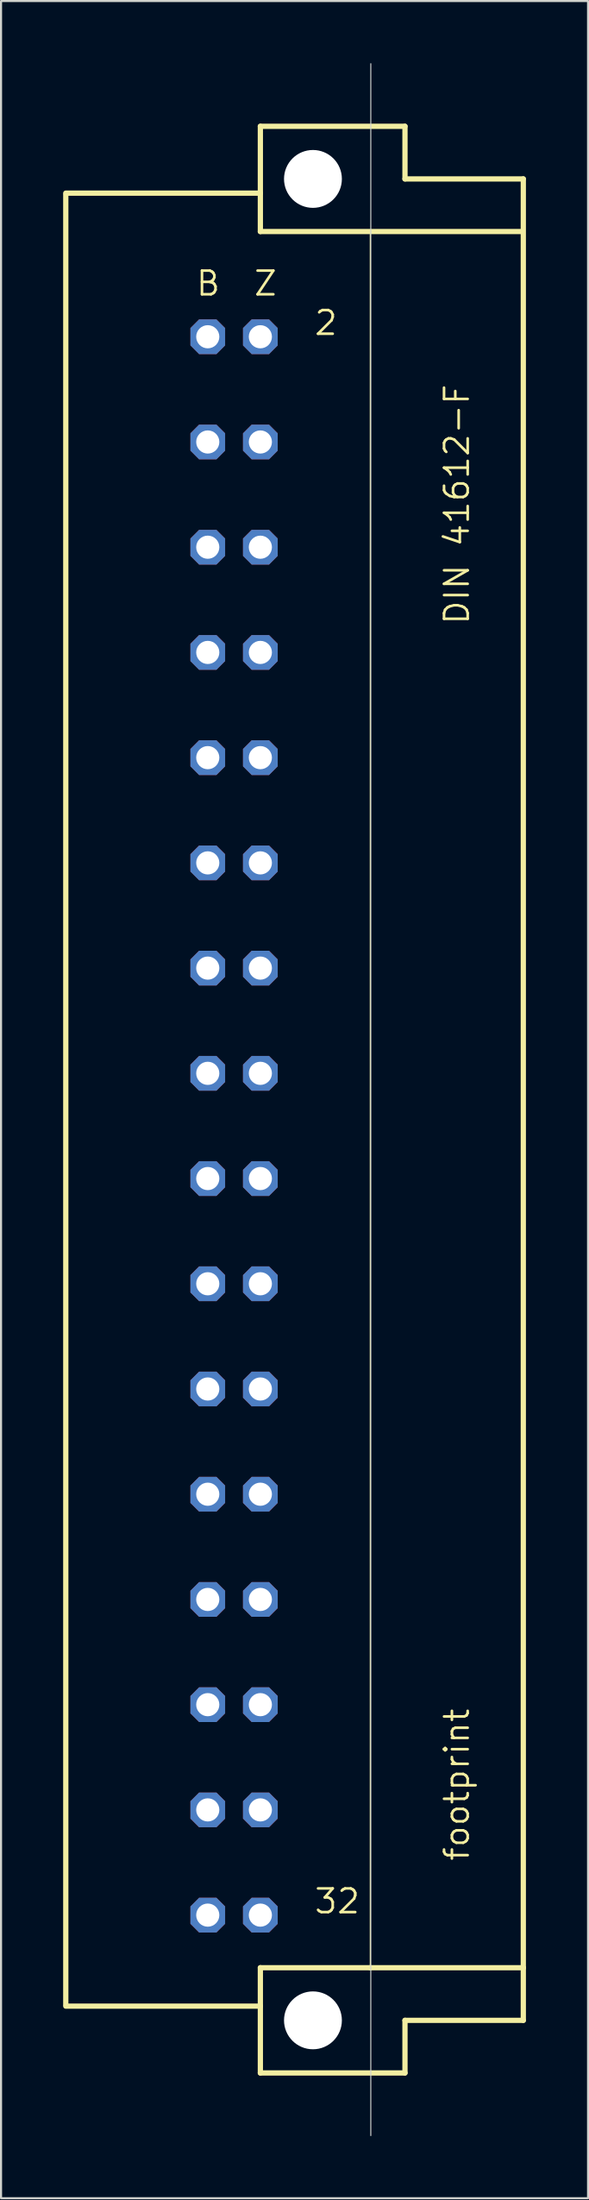
<source format=kicad_pcb>
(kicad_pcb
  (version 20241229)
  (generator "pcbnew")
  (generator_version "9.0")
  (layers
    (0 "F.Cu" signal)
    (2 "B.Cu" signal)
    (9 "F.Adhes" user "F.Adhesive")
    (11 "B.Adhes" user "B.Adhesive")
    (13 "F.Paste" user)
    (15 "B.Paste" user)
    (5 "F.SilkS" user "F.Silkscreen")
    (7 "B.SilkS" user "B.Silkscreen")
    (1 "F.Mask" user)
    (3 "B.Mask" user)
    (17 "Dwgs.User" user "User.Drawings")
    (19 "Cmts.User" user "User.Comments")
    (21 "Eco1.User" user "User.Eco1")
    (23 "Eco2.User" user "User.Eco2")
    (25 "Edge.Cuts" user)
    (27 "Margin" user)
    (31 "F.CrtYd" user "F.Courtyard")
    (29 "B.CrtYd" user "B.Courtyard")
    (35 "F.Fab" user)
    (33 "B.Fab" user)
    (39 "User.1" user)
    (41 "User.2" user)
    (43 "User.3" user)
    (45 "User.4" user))
  (footprint "footprint"
    (layer "F.Cu")
    (at 12.065 50.038)
    (property "Reference" "footprint" (at 7.62 36.83 90) (layer "F.SilkS") (effects (font (size 1.143 1.143) (thickness 0.127)) (justify left bottom)))
    (fp_line (start -11.938 -43.764) (end -2.54 -43.764) (stroke (width 0.254) (type solid)) (layer "F.SilkS"))
    (fp_line (start -11.938 43.688) (end -11.938 -43.688) (stroke (width 0.254) (type solid)) (layer "F.SilkS"))
    (fp_line (start -11.938 43.764) (end -2.54 43.764) (stroke (width 0.254) (type solid)) (layer "F.SilkS"))
    (fp_line (start -2.54 -46.99) (end -2.54 -43.764) (stroke (width 0.254) (type solid)) (layer "F.SilkS"))
    (fp_line (start -2.54 -43.764) (end -2.54 -41.91) (stroke (width 0.254) (type solid)) (layer "F.SilkS"))
    (fp_line (start -2.54 -41.91) (end 10.109 -41.91) (stroke (width 0.254) (type solid)) (layer "F.SilkS"))
    (fp_line (start -2.54 41.91) (end -2.54 43.764) (stroke (width 0.254) (type solid)) (layer "F.SilkS"))
    (fp_line (start -2.54 41.91) (end 2.769 41.91) (stroke (width 0.254) (type solid)) (layer "F.SilkS"))
    (fp_line (start -2.54 43.764) (end -2.54 46.99) (stroke (width 0.254) (type solid)) (layer "F.SilkS"))
    (fp_line (start -2.54 46.99) (end 4.445 46.99) (stroke (width 0.254) (type solid)) (layer "F.SilkS"))
    (fp_line (start 2.769 -41.783) (end 2.769 41.91) (stroke (width 0.051) (type solid)) (layer "F.SilkS"))
    (fp_line (start 2.769 41.91) (end 10.16 41.91) (stroke (width 0.254) (type solid)) (layer "F.SilkS"))
    (fp_line (start 4.445 -46.99) (end -2.54 -46.99) (stroke (width 0.254) (type solid)) (layer "F.SilkS"))
    (fp_line (start 4.445 -44.45) (end 4.445 -46.99) (stroke (width 0.254) (type solid)) (layer "F.SilkS"))
    (fp_line (start 4.445 44.45) (end 10.16 44.45) (stroke (width 0.254) (type solid)) (layer "F.SilkS"))
    (fp_line (start 4.445 46.99) (end 4.445 44.45) (stroke (width 0.254) (type solid)) (layer "F.SilkS"))
    (fp_line (start 10.16 -44.45) (end 4.445 -44.45) (stroke (width 0.254) (type solid)) (layer "F.SilkS"))
    (fp_line (start 10.16 41.91) (end 10.16 -44.45) (stroke (width 0.254) (type solid)) (layer "F.SilkS"))
    (fp_line (start 10.16 44.45) (end 10.16 41.91) (stroke (width 0.254) (type solid)) (layer "F.SilkS"))
    (fp_line (start 2.794 50.013) (end 2.794 -50.013) (stroke (width 0.05) (type solid)) (layer "Edge.Cuts"))
    (fp_text user "32" (at 0 39.37 0) (layer "F.SilkS") (effects (font (size 1.143 1.143) (thickness 0.127)) (justify left bottom)))
    (fp_text user "B" (at -5.715 -38.735 0) (layer "F.SilkS") (effects (font (size 1.143 1.143) (thickness 0.127)) (justify left bottom)))
    (fp_text user "Z" (at -2.921 -38.735 0) (layer "F.SilkS") (effects (font (size 1.143 1.143) (thickness 0.127)) (justify left bottom)))
    (fp_text user "2" (at 0 -36.83 0) (layer "F.SilkS") (effects (font (size 1.143 1.143) (thickness 0.127)) (justify left bottom)))
    (fp_text user "DIN 41612-F" (at 7.62 -22.86 90) (layer "F.SilkS") (effects (font (size 1.143 1.143) (thickness 0.127)) (justify left bottom)))
    (pad "" np_thru_hole circle (at 0 -44.45) (size 2.794 2.794) (drill 2.794) (layers "*.Cu" "*.Mask"))
    (pad "" np_thru_hole circle (at 0 44.45) (size 2.794 2.794) (drill 2.794) (layers "*.Cu" "*.Mask"))
    (pad "B2" thru_hole roundrect (at -5.08 -36.83) (size 1.676 1.676) (drill 1.118) (layers "*.Cu" "*.Mask") (roundrect_rratio 0.25) (chamfer_ratio 0.25) (chamfer top_left top_right bottom_left bottom_right))
    (pad "B4" thru_hole roundrect (at -5.08 -31.75) (size 1.676 1.676) (drill 1.118) (layers "*.Cu" "*.Mask") (roundrect_rratio 0.25) (chamfer_ratio 0.25) (chamfer top_left top_right bottom_left bottom_right))
    (pad "B6" thru_hole roundrect (at -5.08 -26.67) (size 1.676 1.676) (drill 1.118) (layers "*.Cu" "*.Mask") (roundrect_rratio 0.25) (chamfer_ratio 0.25) (chamfer top_left top_right bottom_left bottom_right))
    (pad "B8" thru_hole roundrect (at -5.08 -21.59) (size 1.676 1.676) (drill 1.118) (layers "*.Cu" "*.Mask") (roundrect_rratio 0.25) (chamfer_ratio 0.25) (chamfer top_left top_right bottom_left bottom_right))
    (pad "B10" thru_hole roundrect (at -5.08 -16.51) (size 1.676 1.676) (drill 1.118) (layers "*.Cu" "*.Mask") (roundrect_rratio 0.25) (chamfer_ratio 0.25) (chamfer top_left top_right bottom_left bottom_right))
    (pad "B12" thru_hole roundrect (at -5.08 -11.43) (size 1.676 1.676) (drill 1.118) (layers "*.Cu" "*.Mask") (roundrect_rratio 0.25) (chamfer_ratio 0.25) (chamfer top_left top_right bottom_left bottom_right))
    (pad "B14" thru_hole roundrect (at -5.08 -6.35) (size 1.676 1.676) (drill 1.118) (layers "*.Cu" "*.Mask") (roundrect_rratio 0.25) (chamfer_ratio 0.25) (chamfer top_left top_right bottom_left bottom_right))
    (pad "B16" thru_hole roundrect (at -5.08 -1.27) (size 1.676 1.676) (drill 1.118) (layers "*.Cu" "*.Mask") (roundrect_rratio 0.25) (chamfer_ratio 0.25) (chamfer top_left top_right bottom_left bottom_right))
    (pad "B18" thru_hole roundrect (at -5.08 3.81) (size 1.676 1.676) (drill 1.118) (layers "*.Cu" "*.Mask") (roundrect_rratio 0.25) (chamfer_ratio 0.25) (chamfer top_left top_right bottom_left bottom_right))
    (pad "B20" thru_hole roundrect (at -5.08 8.89) (size 1.676 1.676) (drill 1.118) (layers "*.Cu" "*.Mask") (roundrect_rratio 0.25) (chamfer_ratio 0.25) (chamfer top_left top_right bottom_left bottom_right))
    (pad "B22" thru_hole roundrect (at -5.08 13.97) (size 1.676 1.676) (drill 1.118) (layers "*.Cu" "*.Mask") (roundrect_rratio 0.25) (chamfer_ratio 0.25) (chamfer top_left top_right bottom_left bottom_right))
    (pad "B24" thru_hole roundrect (at -5.08 19.05) (size 1.676 1.676) (drill 1.118) (layers "*.Cu" "*.Mask") (roundrect_rratio 0.25) (chamfer_ratio 0.25) (chamfer top_left top_right bottom_left bottom_right))
    (pad "B26" thru_hole roundrect (at -5.08 24.13) (size 1.676 1.676) (drill 1.118) (layers "*.Cu" "*.Mask") (roundrect_rratio 0.25) (chamfer_ratio 0.25) (chamfer top_left top_right bottom_left bottom_right))
    (pad "B28" thru_hole roundrect (at -5.08 29.21) (size 1.676 1.676) (drill 1.118) (layers "*.Cu" "*.Mask") (roundrect_rratio 0.25) (chamfer_ratio 0.25) (chamfer top_left top_right bottom_left bottom_right))
    (pad "B30" thru_hole roundrect (at -5.08 34.29) (size 1.676 1.676) (drill 1.118) (layers "*.Cu" "*.Mask") (roundrect_rratio 0.25) (chamfer_ratio 0.25) (chamfer top_left top_right bottom_left bottom_right))
    (pad "B32" thru_hole roundrect (at -5.08 39.37) (size 1.676 1.676) (drill 1.118) (layers "*.Cu" "*.Mask") (roundrect_rratio 0.25) (chamfer_ratio 0.25) (chamfer top_left top_right bottom_left bottom_right))
    (pad "Z2" thru_hole roundrect (at -2.54 -36.83) (size 1.676 1.676) (drill 1.118) (layers "*.Cu" "*.Mask") (roundrect_rratio 0.25) (chamfer_ratio 0.25) (chamfer top_left top_right bottom_left bottom_right))
    (pad "Z4" thru_hole roundrect (at -2.54 -31.75) (size 1.676 1.676) (drill 1.118) (layers "*.Cu" "*.Mask") (roundrect_rratio 0.25) (chamfer_ratio 0.25) (chamfer top_left top_right bottom_left bottom_right))
    (pad "Z6" thru_hole roundrect (at -2.54 -26.67) (size 1.676 1.676) (drill 1.118) (layers "*.Cu" "*.Mask") (roundrect_rratio 0.25) (chamfer_ratio 0.25) (chamfer top_left top_right bottom_left bottom_right))
    (pad "Z8" thru_hole roundrect (at -2.54 -21.59) (size 1.676 1.676) (drill 1.118) (layers "*.Cu" "*.Mask") (roundrect_rratio 0.25) (chamfer_ratio 0.25) (chamfer top_left top_right bottom_left bottom_right))
    (pad "Z10" thru_hole roundrect (at -2.54 -16.51) (size 1.676 1.676) (drill 1.118) (layers "*.Cu" "*.Mask") (roundrect_rratio 0.25) (chamfer_ratio 0.25) (chamfer top_left top_right bottom_left bottom_right))
    (pad "Z12" thru_hole roundrect (at -2.54 -11.43) (size 1.676 1.676) (drill 1.118) (layers "*.Cu" "*.Mask") (roundrect_rratio 0.25) (chamfer_ratio 0.25) (chamfer top_left top_right bottom_left bottom_right))
    (pad "Z14" thru_hole roundrect (at -2.54 -6.35) (size 1.676 1.676) (drill 1.118) (layers "*.Cu" "*.Mask") (roundrect_rratio 0.25) (chamfer_ratio 0.25) (chamfer top_left top_right bottom_left bottom_right))
    (pad "Z16" thru_hole roundrect (at -2.54 -1.27) (size 1.676 1.676) (drill 1.118) (layers "*.Cu" "*.Mask") (roundrect_rratio 0.25) (chamfer_ratio 0.25) (chamfer top_left top_right bottom_left bottom_right))
    (pad "Z18" thru_hole roundrect (at -2.54 3.81) (size 1.676 1.676) (drill 1.118) (layers "*.Cu" "*.Mask") (roundrect_rratio 0.25) (chamfer_ratio 0.25) (chamfer top_left top_right bottom_left bottom_right))
    (pad "Z20" thru_hole roundrect (at -2.54 8.89) (size 1.676 1.676) (drill 1.118) (layers "*.Cu" "*.Mask") (roundrect_rratio 0.25) (chamfer_ratio 0.25) (chamfer top_left top_right bottom_left bottom_right))
    (pad "Z22" thru_hole roundrect (at -2.54 13.97) (size 1.676 1.676) (drill 1.118) (layers "*.Cu" "*.Mask") (roundrect_rratio 0.25) (chamfer_ratio 0.25) (chamfer top_left top_right bottom_left bottom_right))
    (pad "Z24" thru_hole roundrect (at -2.54 19.05) (size 1.676 1.676) (drill 1.118) (layers "*.Cu" "*.Mask") (roundrect_rratio 0.25) (chamfer_ratio 0.25) (chamfer top_left top_right bottom_left bottom_right))
    (pad "Z26" thru_hole roundrect (at -2.54 24.13) (size 1.676 1.676) (drill 1.118) (layers "*.Cu" "*.Mask") (roundrect_rratio 0.25) (chamfer_ratio 0.25) (chamfer top_left top_right bottom_left bottom_right))
    (pad "Z28" thru_hole roundrect (at -2.54 29.21) (size 1.676 1.676) (drill 1.118) (layers "*.Cu" "*.Mask") (roundrect_rratio 0.25) (chamfer_ratio 0.25) (chamfer top_left top_right bottom_left bottom_right))
    (pad "Z30" thru_hole roundrect (at -2.54 34.29) (size 1.676 1.676) (drill 1.118) (layers "*.Cu" "*.Mask") (roundrect_rratio 0.25) (chamfer_ratio 0.25) (chamfer top_left top_right bottom_left bottom_right))
    (pad "Z32" thru_hole roundrect (at -2.54 39.37) (size 1.676 1.676) (drill 1.118) (layers "*.Cu" "*.Mask") (roundrect_rratio 0.25) (chamfer_ratio 0.25) (chamfer top_left top_right bottom_left bottom_right))
    (zone (net_name "") (layers "F.Cu" "B.Cu") (hatch edge 0.508) (connect_pads) (min_thickness 0.254) (filled_areas_thickness no) (keepout (tracks allowed) (vias not_allowed) (pads allowed) (copperpour allowed) (footprints allowed)) (placement (enabled no)) (fill) (polygon (pts (xy 15.24 5.588) (xy 15.192 5.036) (xy 15.049 4.502) (xy 14.815 4) (xy 14.497 3.547) (xy 14.106 3.155) (xy 13.652 2.838) (xy 13.151 2.604) (xy 12.616 2.461) (xy 12.065 2.413) (xy 11.514 2.461) (xy 10.979 2.604) (xy 10.477 2.838) (xy 10.024 3.155) (xy 9.633 3.547) (xy 9.315 4) (xy 9.081 4.502) (xy 8.938 5.036) (xy 8.89 5.588) (xy 8.938 6.139) (xy 9.081 6.674) (xy 9.315 7.175) (xy 9.633 7.628) (xy 10.024 8.02) (xy 10.477 8.337) (xy 10.979 8.571) (xy 11.514 8.714) (xy 12.065 8.763) (xy 12.616 8.714) (xy 13.151 8.571) (xy 13.652 8.337) (xy 14.106 8.02) (xy 14.497 7.628) (xy 14.815 7.175) (xy 15.049 6.674) (xy 15.192 6.139))) (polygon (pts (xy 13.462 5.588) (xy 13.441 5.345) (xy 13.378 5.11) (xy 13.275 4.889) (xy 13.135 4.69) (xy 12.963 4.517) (xy 12.764 4.378) (xy 12.543 4.275) (xy 12.308 4.212) (xy 12.065 4.191) (xy 11.822 4.212) (xy 11.587 4.275) (xy 11.367 4.378) (xy 11.167 4.517) (xy 10.995 4.69) (xy 10.855 4.889) (xy 10.752 5.11) (xy 10.689 5.345) (xy 10.668 5.588) (xy 10.689 5.83) (xy 10.752 6.065) (xy 10.855 6.286) (xy 10.995 6.486) (xy 11.167 6.658) (xy 11.367 6.797) (xy 11.587 6.9) (xy 11.822 6.963) (xy 12.065 6.985) (xy 12.308 6.963) (xy 12.543 6.9) (xy 12.764 6.797) (xy 12.963 6.658) (xy 13.135 6.486) (xy 13.275 6.286) (xy 13.378 6.065) (xy 13.441 5.83))))
    (zone (net_name "") (layers "F.Cu" "B.Cu") (hatch edge 0.508) (connect_pads) (min_thickness 0.254) (filled_areas_thickness no) (keepout (tracks allowed) (vias not_allowed) (pads allowed) (copperpour allowed) (footprints allowed)) (placement (enabled no)) (fill) (polygon (pts (xy 15.24 94.488) (xy 15.192 93.936) (xy 15.049 93.402) (xy 14.815 92.9) (xy 14.497 92.447) (xy 14.106 92.055) (xy 13.652 91.738) (xy 13.151 91.504) (xy 12.616 91.361) (xy 12.065 91.313) (xy 11.514 91.361) (xy 10.979 91.504) (xy 10.477 91.738) (xy 10.024 92.055) (xy 9.633 92.447) (xy 9.315 92.9) (xy 9.081 93.402) (xy 8.938 93.936) (xy 8.89 94.488) (xy 8.938 95.039) (xy 9.081 95.574) (xy 9.315 96.075) (xy 9.633 96.528) (xy 10.024 96.92) (xy 10.477 97.237) (xy 10.979 97.471) (xy 11.514 97.614) (xy 12.065 97.663) (xy 12.616 97.614) (xy 13.151 97.471) (xy 13.652 97.237) (xy 14.106 96.92) (xy 14.497 96.528) (xy 14.815 96.075) (xy 15.049 95.574) (xy 15.192 95.039))) (polygon (pts (xy 13.462 94.488) (xy 13.441 94.245) (xy 13.378 94.01) (xy 13.275 93.789) (xy 13.135 93.59) (xy 12.963 93.417) (xy 12.764 93.278) (xy 12.543 93.175) (xy 12.308 93.112) (xy 12.065 93.091) (xy 11.822 93.112) (xy 11.587 93.175) (xy 11.367 93.278) (xy 11.167 93.417) (xy 10.995 93.59) (xy 10.855 93.789) (xy 10.752 94.01) (xy 10.689 94.245) (xy 10.668 94.488) (xy 10.689 94.73) (xy 10.752 94.965) (xy 10.855 95.186) (xy 10.995 95.386) (xy 11.167 95.558) (xy 11.367 95.697) (xy 11.587 95.8) (xy 11.822 95.863) (xy 12.065 95.885) (xy 12.308 95.863) (xy 12.543 95.8) (xy 12.764 95.697) (xy 12.963 95.558) (xy 13.135 95.386) (xy 13.275 95.186) (xy 13.378 94.965) (xy 13.441 94.73))))
    (zone (net_name "") (layer "B.Cu") (hatch edge 0.508) (connect_pads) (min_thickness 0.254) (filled_areas_thickness no) (keepout (tracks not_allowed) (vias not_allowed) (pads not_allowed) (copperpour not_allowed) (footprints allowed)) (placement (enabled no)) (fill) (polygon (pts (xy 15.24 5.588) (xy 15.192 5.036) (xy 15.049 4.502) (xy 14.815 4) (xy 14.497 3.547) (xy 14.106 3.155) (xy 13.652 2.838) (xy 13.151 2.604) (xy 12.616 2.461) (xy 12.065 2.413) (xy 11.514 2.461) (xy 10.979 2.604) (xy 10.477 2.838) (xy 10.024 3.155) (xy 9.633 3.547) (xy 9.315 4) (xy 9.081 4.502) (xy 8.938 5.036) (xy 8.89 5.588) (xy 8.938 6.139) (xy 9.081 6.674) (xy 9.315 7.175) (xy 9.633 7.628) (xy 10.024 8.02) (xy 10.477 8.337) (xy 10.979 8.571) (xy 11.514 8.714) (xy 12.065 8.763) (xy 12.616 8.714) (xy 13.151 8.571) (xy 13.652 8.337) (xy 14.106 8.02) (xy 14.497 7.628) (xy 14.815 7.175) (xy 15.049 6.674) (xy 15.192 6.139))) (polygon (pts (xy 13.462 5.588) (xy 13.441 5.345) (xy 13.378 5.11) (xy 13.275 4.889) (xy 13.135 4.69) (xy 12.963 4.517) (xy 12.764 4.378) (xy 12.543 4.275) (xy 12.308 4.212) (xy 12.065 4.191) (xy 11.822 4.212) (xy 11.587 4.275) (xy 11.367 4.378) (xy 11.167 4.517) (xy 10.995 4.69) (xy 10.855 4.889) (xy 10.752 5.11) (xy 10.689 5.345) (xy 10.668 5.588) (xy 10.689 5.83) (xy 10.752 6.065) (xy 10.855 6.286) (xy 10.995 6.486) (xy 11.167 6.658) (xy 11.367 6.797) (xy 11.587 6.9) (xy 11.822 6.963) (xy 12.065 6.985) (xy 12.308 6.963) (xy 12.543 6.9) (xy 12.764 6.797) (xy 12.963 6.658) (xy 13.135 6.486) (xy 13.275 6.286) (xy 13.378 6.065) (xy 13.441 5.83))))
    (zone (net_name "") (layer "B.Cu") (hatch edge 0.508) (connect_pads) (min_thickness 0.254) (filled_areas_thickness no) (keepout (tracks not_allowed) (vias not_allowed) (pads not_allowed) (copperpour not_allowed) (footprints allowed)) (placement (enabled no)) (fill) (polygon (pts (xy 15.24 94.488) (xy 15.192 93.936) (xy 15.049 93.402) (xy 14.815 92.9) (xy 14.497 92.447) (xy 14.106 92.055) (xy 13.652 91.738) (xy 13.151 91.504) (xy 12.616 91.361) (xy 12.065 91.313) (xy 11.514 91.361) (xy 10.979 91.504) (xy 10.477 91.738) (xy 10.024 92.055) (xy 9.633 92.447) (xy 9.315 92.9) (xy 9.081 93.402) (xy 8.938 93.936) (xy 8.89 94.488) (xy 8.938 95.039) (xy 9.081 95.574) (xy 9.315 96.075) (xy 9.633 96.528) (xy 10.024 96.92) (xy 10.477 97.237) (xy 10.979 97.471) (xy 11.514 97.614) (xy 12.065 97.663) (xy 12.616 97.614) (xy 13.151 97.471) (xy 13.652 97.237) (xy 14.106 96.92) (xy 14.497 96.528) (xy 14.815 96.075) (xy 15.049 95.574) (xy 15.192 95.039))) (polygon (pts (xy 13.462 94.488) (xy 13.441 94.245) (xy 13.378 94.01) (xy 13.275 93.789) (xy 13.135 93.59) (xy 12.963 93.417) (xy 12.764 93.278) (xy 12.543 93.175) (xy 12.308 93.112) (xy 12.065 93.091) (xy 11.822 93.112) (xy 11.587 93.175) (xy 11.367 93.278) (xy 11.167 93.417) (xy 10.995 93.59) (xy 10.855 93.789) (xy 10.752 94.01) (xy 10.689 94.245) (xy 10.668 94.488) (xy 10.689 94.73) (xy 10.752 94.965) (xy 10.855 95.186) (xy 10.995 95.386) (xy 11.167 95.558) (xy 11.367 95.697) (xy 11.587 95.8) (xy 11.822 95.863) (xy 12.065 95.885) (xy 12.308 95.863) (xy 12.543 95.8) (xy 12.764 95.697) (xy 12.963 95.558) (xy 13.135 95.386) (xy 13.275 95.186) (xy 13.378 94.965) (xy 13.441 94.73)))))
  (gr_rect
    (start -3 -3)
    (end 25.352 103.075)
    (stroke (width 0.1) (type default))
    (fill no)
    (layer "Edge.Cuts")))
</source>
